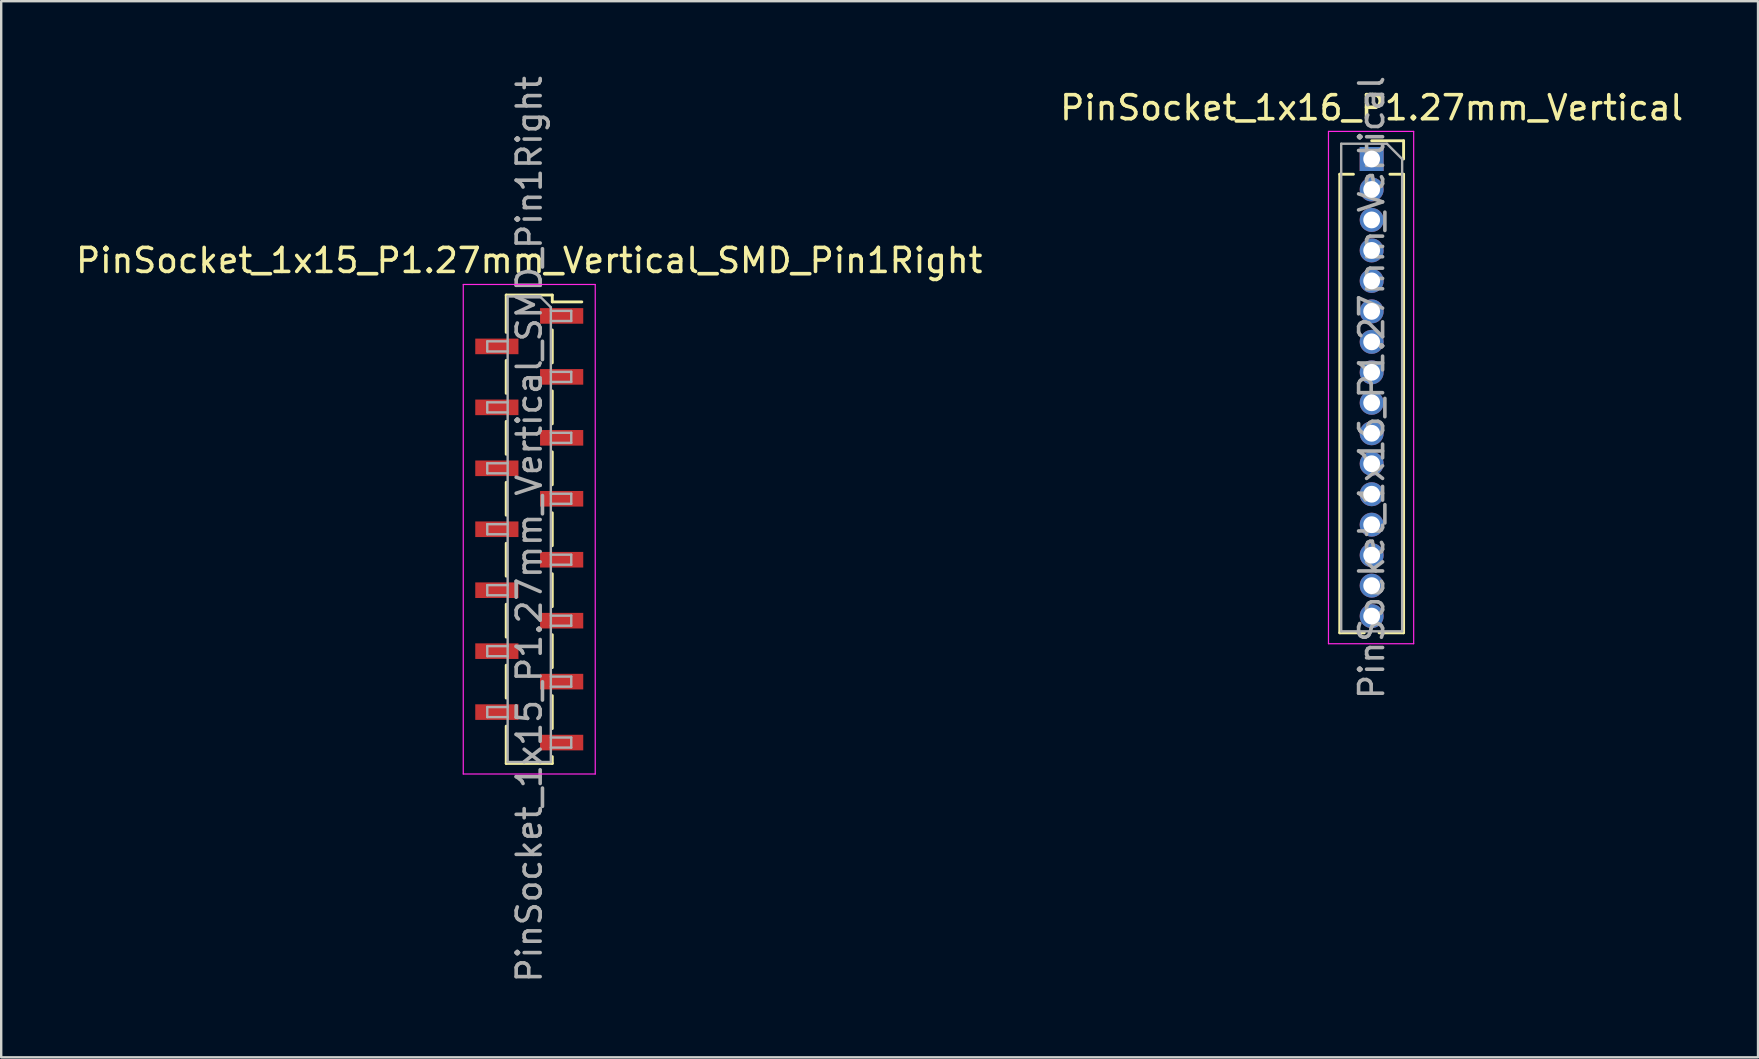
<source format=kicad_pcb>
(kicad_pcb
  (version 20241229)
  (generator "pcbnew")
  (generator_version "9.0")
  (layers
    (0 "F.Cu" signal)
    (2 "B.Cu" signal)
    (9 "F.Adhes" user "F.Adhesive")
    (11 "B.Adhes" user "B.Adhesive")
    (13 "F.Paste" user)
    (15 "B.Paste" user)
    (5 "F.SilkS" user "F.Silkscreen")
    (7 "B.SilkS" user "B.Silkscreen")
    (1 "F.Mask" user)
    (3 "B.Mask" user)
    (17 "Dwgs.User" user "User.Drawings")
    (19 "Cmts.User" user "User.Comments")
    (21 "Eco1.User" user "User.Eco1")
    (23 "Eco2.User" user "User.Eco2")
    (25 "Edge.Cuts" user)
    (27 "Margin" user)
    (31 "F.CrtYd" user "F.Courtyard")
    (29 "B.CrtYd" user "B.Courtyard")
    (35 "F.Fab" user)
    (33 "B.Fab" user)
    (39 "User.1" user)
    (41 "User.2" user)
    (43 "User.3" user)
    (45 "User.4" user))
  (footprint "PinSocket_1x15_P1.27mm_Vertical_SMD_Pin1Right"
    (layer "F.Cu")
    (at 19.006 19.006)
    (property "Reference" "PinSocket_1x15_P1.27mm_Vertical_SMD_Pin1Right" (at 0 -11.2 0) (layer "F.SilkS") (effects (font (size 1 1) (thickness 0.15))))
    (attr smd)
    (fp_line (start -0.96 -9.76) (end -0.96 -8.205) (stroke (width 0.12) (type solid)) (layer "F.SilkS"))
    (fp_line (start -0.96 -9.76) (end 0.96 -9.76) (stroke (width 0.12) (type solid)) (layer "F.SilkS"))
    (fp_line (start -0.96 -7.035) (end -0.96 -5.665) (stroke (width 0.12) (type solid)) (layer "F.SilkS"))
    (fp_line (start -0.96 -4.495) (end -0.96 -3.125) (stroke (width 0.12) (type solid)) (layer "F.SilkS"))
    (fp_line (start -0.96 -1.955) (end -0.96 -0.585) (stroke (width 0.12) (type solid)) (layer "F.SilkS"))
    (fp_line (start -0.96 0.585) (end -0.96 1.955) (stroke (width 0.12) (type solid)) (layer "F.SilkS"))
    (fp_line (start -0.96 3.125) (end -0.96 4.495) (stroke (width 0.12) (type solid)) (layer "F.SilkS"))
    (fp_line (start -0.96 5.665) (end -0.96 7.035) (stroke (width 0.12) (type solid)) (layer "F.SilkS"))
    (fp_line (start -0.96 8.205) (end -0.96 9.76) (stroke (width 0.12) (type solid)) (layer "F.SilkS"))
    (fp_line (start -0.96 9.76) (end 0.96 9.76) (stroke (width 0.12) (type solid)) (layer "F.SilkS"))
    (fp_line (start 0.96 -9.76) (end 0.96 -9.475) (stroke (width 0.12) (type solid)) (layer "F.SilkS"))
    (fp_line (start 0.96 -9.475) (end 2.19 -9.475) (stroke (width 0.12) (type solid)) (layer "F.SilkS"))
    (fp_line (start 0.96 -8.305) (end 0.96 -6.935) (stroke (width 0.12) (type solid)) (layer "F.SilkS"))
    (fp_line (start 0.96 -5.765) (end 0.96 -4.395) (stroke (width 0.12) (type solid)) (layer "F.SilkS"))
    (fp_line (start 0.96 -3.225) (end 0.96 -1.855) (stroke (width 0.12) (type solid)) (layer "F.SilkS"))
    (fp_line (start 0.96 -0.685) (end 0.96 0.685) (stroke (width 0.12) (type solid)) (layer "F.SilkS"))
    (fp_line (start 0.96 1.855) (end 0.96 3.225) (stroke (width 0.12) (type solid)) (layer "F.SilkS"))
    (fp_line (start 0.96 4.395) (end 0.96 5.765) (stroke (width 0.12) (type solid)) (layer "F.SilkS"))
    (fp_line (start 0.96 6.935) (end 0.96 8.305) (stroke (width 0.12) (type solid)) (layer "F.SilkS"))
    (fp_line (start 0.96 9.475) (end 0.96 9.76) (stroke (width 0.12) (type solid)) (layer "F.SilkS"))
    (fp_line (start -2.75 -10.2) (end 2.75 -10.2) (stroke (width 0.05) (type solid)) (layer "F.CrtYd"))
    (fp_line (start -2.75 10.2) (end -2.75 -10.2) (stroke (width 0.05) (type solid)) (layer "F.CrtYd"))
    (fp_line (start 2.75 -10.2) (end 2.75 10.2) (stroke (width 0.05) (type solid)) (layer "F.CrtYd"))
    (fp_line (start 2.75 10.2) (end -2.75 10.2) (stroke (width 0.05) (type solid)) (layer "F.CrtYd"))
    (fp_line (start -1.75 -7.83) (end -0.9 -7.83) (stroke (width 0.1) (type solid)) (layer "F.Fab"))
    (fp_line (start -1.75 -7.41) (end -1.75 -7.83) (stroke (width 0.1) (type solid)) (layer "F.Fab"))
    (fp_line (start -1.75 -5.29) (end -0.9 -5.29) (stroke (width 0.1) (type solid)) (layer "F.Fab"))
    (fp_line (start -1.75 -4.87) (end -1.75 -5.29) (stroke (width 0.1) (type solid)) (layer "F.Fab"))
    (fp_line (start -1.75 -2.75) (end -0.9 -2.75) (stroke (width 0.1) (type solid)) (layer "F.Fab"))
    (fp_line (start -1.75 -2.33) (end -1.75 -2.75) (stroke (width 0.1) (type solid)) (layer "F.Fab"))
    (fp_line (start -1.75 -0.21) (end -0.9 -0.21) (stroke (width 0.1) (type solid)) (layer "F.Fab"))
    (fp_line (start -1.75 0.21) (end -1.75 -0.21) (stroke (width 0.1) (type solid)) (layer "F.Fab"))
    (fp_line (start -1.75 2.33) (end -0.9 2.33) (stroke (width 0.1) (type solid)) (layer "F.Fab"))
    (fp_line (start -1.75 2.75) (end -1.75 2.33) (stroke (width 0.1) (type solid)) (layer "F.Fab"))
    (fp_line (start -1.75 4.87) (end -0.9 4.87) (stroke (width 0.1) (type solid)) (layer "F.Fab"))
    (fp_line (start -1.75 5.29) (end -1.75 4.87) (stroke (width 0.1) (type solid)) (layer "F.Fab"))
    (fp_line (start -1.75 7.41) (end -0.9 7.41) (stroke (width 0.1) (type solid)) (layer "F.Fab"))
    (fp_line (start -1.75 7.83) (end -1.75 7.41) (stroke (width 0.1) (type solid)) (layer "F.Fab"))
    (fp_line (start -0.9 -9.7) (end 0.45 -9.7) (stroke (width 0.1) (type solid)) (layer "F.Fab"))
    (fp_line (start -0.9 -7.41) (end -1.75 -7.41) (stroke (width 0.1) (type solid)) (layer "F.Fab"))
    (fp_line (start -0.9 -4.87) (end -1.75 -4.87) (stroke (width 0.1) (type solid)) (layer "F.Fab"))
    (fp_line (start -0.9 -2.33) (end -1.75 -2.33) (stroke (width 0.1) (type solid)) (layer "F.Fab"))
    (fp_line (start -0.9 0.21) (end -1.75 0.21) (stroke (width 0.1) (type solid)) (layer "F.Fab"))
    (fp_line (start -0.9 2.75) (end -1.75 2.75) (stroke (width 0.1) (type solid)) (layer "F.Fab"))
    (fp_line (start -0.9 5.29) (end -1.75 5.29) (stroke (width 0.1) (type solid)) (layer "F.Fab"))
    (fp_line (start -0.9 7.83) (end -1.75 7.83) (stroke (width 0.1) (type solid)) (layer "F.Fab"))
    (fp_line (start -0.9 9.7) (end -0.9 -9.7) (stroke (width 0.1) (type solid)) (layer "F.Fab"))
    (fp_line (start 0.45 -9.7) (end 0.9 -9.25) (stroke (width 0.1) (type solid)) (layer "F.Fab"))
    (fp_line (start 0.9 -9.25) (end 0.9 9.7) (stroke (width 0.1) (type solid)) (layer "F.Fab"))
    (fp_line (start 0.9 -9.1) (end 1.75 -9.1) (stroke (width 0.1) (type solid)) (layer "F.Fab"))
    (fp_line (start 0.9 -6.56) (end 1.75 -6.56) (stroke (width 0.1) (type solid)) (layer "F.Fab"))
    (fp_line (start 0.9 -4.02) (end 1.75 -4.02) (stroke (width 0.1) (type solid)) (layer "F.Fab"))
    (fp_line (start 0.9 -1.48) (end 1.75 -1.48) (stroke (width 0.1) (type solid)) (layer "F.Fab"))
    (fp_line (start 0.9 1.06) (end 1.75 1.06) (stroke (width 0.1) (type solid)) (layer "F.Fab"))
    (fp_line (start 0.9 3.6) (end 1.75 3.6) (stroke (width 0.1) (type solid)) (layer "F.Fab"))
    (fp_line (start 0.9 6.14) (end 1.75 6.14) (stroke (width 0.1) (type solid)) (layer "F.Fab"))
    (fp_line (start 0.9 8.68) (end 1.75 8.68) (stroke (width 0.1) (type solid)) (layer "F.Fab"))
    (fp_line (start 0.9 9.7) (end -0.9 9.7) (stroke (width 0.1) (type solid)) (layer "F.Fab"))
    (fp_line (start 1.75 -9.1) (end 1.75 -8.68) (stroke (width 0.1) (type solid)) (layer "F.Fab"))
    (fp_line (start 1.75 -8.68) (end 0.9 -8.68) (stroke (width 0.1) (type solid)) (layer "F.Fab"))
    (fp_line (start 1.75 -6.56) (end 1.75 -6.14) (stroke (width 0.1) (type solid)) (layer "F.Fab"))
    (fp_line (start 1.75 -6.14) (end 0.9 -6.14) (stroke (width 0.1) (type solid)) (layer "F.Fab"))
    (fp_line (start 1.75 -4.02) (end 1.75 -3.6) (stroke (width 0.1) (type solid)) (layer "F.Fab"))
    (fp_line (start 1.75 -3.6) (end 0.9 -3.6) (stroke (width 0.1) (type solid)) (layer "F.Fab"))
    (fp_line (start 1.75 -1.48) (end 1.75 -1.06) (stroke (width 0.1) (type solid)) (layer "F.Fab"))
    (fp_line (start 1.75 -1.06) (end 0.9 -1.06) (stroke (width 0.1) (type solid)) (layer "F.Fab"))
    (fp_line (start 1.75 1.06) (end 1.75 1.48) (stroke (width 0.1) (type solid)) (layer "F.Fab"))
    (fp_line (start 1.75 1.48) (end 0.9 1.48) (stroke (width 0.1) (type solid)) (layer "F.Fab"))
    (fp_line (start 1.75 3.6) (end 1.75 4.02) (stroke (width 0.1) (type solid)) (layer "F.Fab"))
    (fp_line (start 1.75 4.02) (end 0.9 4.02) (stroke (width 0.1) (type solid)) (layer "F.Fab"))
    (fp_line (start 1.75 6.14) (end 1.75 6.56) (stroke (width 0.1) (type solid)) (layer "F.Fab"))
    (fp_line (start 1.75 6.56) (end 0.9 6.56) (stroke (width 0.1) (type solid)) (layer "F.Fab"))
    (fp_line (start 1.75 8.68) (end 1.75 9.1) (stroke (width 0.1) (type solid)) (layer "F.Fab"))
    (fp_line (start 1.75 9.1) (end 0.9 9.1) (stroke (width 0.1) (type solid)) (layer "F.Fab"))
    (fp_text user "${REFERENCE}" (at 0 0 90) (layer "F.Fab") (effects (font (size 1 1) (thickness 0.15))))
    (pad "1" smd rect (at 1.35 -8.89) (size 1.8 0.65) (layers "F.Cu" "F.Mask" "F.Paste"))
    (pad "2" smd rect (at -1.35 -7.62) (size 1.8 0.65) (layers "F.Cu" "F.Mask" "F.Paste"))
    (pad "3" smd rect (at 1.35 -6.35) (size 1.8 0.65) (layers "F.Cu" "F.Mask" "F.Paste"))
    (pad "4" smd rect (at -1.35 -5.08) (size 1.8 0.65) (layers "F.Cu" "F.Mask" "F.Paste"))
    (pad "5" smd rect (at 1.35 -3.81) (size 1.8 0.65) (layers "F.Cu" "F.Mask" "F.Paste"))
    (pad "6" smd rect (at -1.35 -2.54) (size 1.8 0.65) (layers "F.Cu" "F.Mask" "F.Paste"))
    (pad "7" smd rect (at 1.35 -1.27) (size 1.8 0.65) (layers "F.Cu" "F.Mask" "F.Paste"))
    (pad "8" smd rect (at -1.35 0) (size 1.8 0.65) (layers "F.Cu" "F.Mask" "F.Paste"))
    (pad "9" smd rect (at 1.35 1.27) (size 1.8 0.65) (layers "F.Cu" "F.Mask" "F.Paste"))
    (pad "10" smd rect (at -1.35 2.54) (size 1.8 0.65) (layers "F.Cu" "F.Mask" "F.Paste"))
    (pad "11" smd rect (at 1.35 3.81) (size 1.8 0.65) (layers "F.Cu" "F.Mask" "F.Paste"))
    (pad "12" smd rect (at -1.35 5.08) (size 1.8 0.65) (layers "F.Cu" "F.Mask" "F.Paste"))
    (pad "13" smd rect (at 1.35 6.35) (size 1.8 0.65) (layers "F.Cu" "F.Mask" "F.Paste"))
    (pad "14" smd rect (at -1.35 7.62) (size 1.8 0.65) (layers "F.Cu" "F.Mask" "F.Paste"))
    (pad "15" smd rect (at 1.35 8.89) (size 1.8 0.65) (layers "F.Cu" "F.Mask" "F.Paste")))
  (footprint "PinSocket_1x16_P1.27mm_Vertical"
    (layer "F.Cu")
    (at 54.113 3.576)
    (property "Reference" "PinSocket_1x16_P1.27mm_Vertical" (at 0 -2.135 0) (layer "F.SilkS") (effects (font (size 1 1) (thickness 0.15))))
    (attr through_hole)
    (fp_line (start -1.33 0.635) (end -1.33 19.745) (stroke (width 0.12) (type solid)) (layer "F.SilkS"))
    (fp_line (start -1.33 0.635) (end -0.76 0.635) (stroke (width 0.12) (type solid)) (layer "F.SilkS"))
    (fp_line (start -1.33 19.745) (end -0.308 19.745) (stroke (width 0.12) (type solid)) (layer "F.SilkS"))
    (fp_line (start 0 -0.76) (end 1.33 -0.76) (stroke (width 0.12) (type solid)) (layer "F.SilkS"))
    (fp_line (start 0.308 19.745) (end 1.33 19.745) (stroke (width 0.12) (type solid)) (layer "F.SilkS"))
    (fp_line (start 0.76 0.635) (end 1.33 0.635) (stroke (width 0.12) (type solid)) (layer "F.SilkS"))
    (fp_line (start 1.33 -0.76) (end 1.33 0) (stroke (width 0.12) (type solid)) (layer "F.SilkS"))
    (fp_line (start 1.33 0.635) (end 1.33 19.745) (stroke (width 0.12) (type solid)) (layer "F.SilkS"))
    (fp_line (start -1.8 -1.15) (end 1.75 -1.15) (stroke (width 0.05) (type solid)) (layer "F.CrtYd"))
    (fp_line (start -1.8 20.2) (end -1.8 -1.15) (stroke (width 0.05) (type solid)) (layer "F.CrtYd"))
    (fp_line (start 1.75 -1.15) (end 1.75 20.2) (stroke (width 0.05) (type solid)) (layer "F.CrtYd"))
    (fp_line (start 1.75 20.2) (end -1.8 20.2) (stroke (width 0.05) (type solid)) (layer "F.CrtYd"))
    (fp_line (start -1.27 -0.635) (end 0.635 -0.635) (stroke (width 0.1) (type solid)) (layer "F.Fab"))
    (fp_line (start -1.27 19.685) (end -1.27 -0.635) (stroke (width 0.1) (type solid)) (layer "F.Fab"))
    (fp_line (start 0.635 -0.635) (end 1.27 0) (stroke (width 0.1) (type solid)) (layer "F.Fab"))
    (fp_line (start 1.27 0) (end 1.27 19.685) (stroke (width 0.1) (type solid)) (layer "F.Fab"))
    (fp_line (start 1.27 19.685) (end -1.27 19.685) (stroke (width 0.1) (type solid)) (layer "F.Fab"))
    (fp_text user "${REFERENCE}" (at 0 9.525 90) (layer "F.Fab") (effects (font (size 1 1) (thickness 0.15))))
    (pad "1" thru_hole rect (at 0 0) (size 1 1) (drill 0.7) (layers "*.Cu" "*.Mask"))
    (pad "2" thru_hole oval (at 0 1.27) (size 1 1) (drill 0.7) (layers "*.Cu" "*.Mask"))
    (pad "3" thru_hole oval (at 0 2.54) (size 1 1) (drill 0.7) (layers "*.Cu" "*.Mask"))
    (pad "4" thru_hole oval (at 0 3.81) (size 1 1) (drill 0.7) (layers "*.Cu" "*.Mask"))
    (pad "5" thru_hole oval (at 0 5.08) (size 1 1) (drill 0.7) (layers "*.Cu" "*.Mask"))
    (pad "6" thru_hole oval (at 0 6.35) (size 1 1) (drill 0.7) (layers "*.Cu" "*.Mask"))
    (pad "7" thru_hole oval (at 0 7.62) (size 1 1) (drill 0.7) (layers "*.Cu" "*.Mask"))
    (pad "8" thru_hole oval (at 0 8.89) (size 1 1) (drill 0.7) (layers "*.Cu" "*.Mask"))
    (pad "9" thru_hole oval (at 0 10.16) (size 1 1) (drill 0.7) (layers "*.Cu" "*.Mask"))
    (pad "10" thru_hole oval (at 0 11.43) (size 1 1) (drill 0.7) (layers "*.Cu" "*.Mask"))
    (pad "11" thru_hole oval (at 0 12.7) (size 1 1) (drill 0.7) (layers "*.Cu" "*.Mask"))
    (pad "12" thru_hole oval (at 0 13.97) (size 1 1) (drill 0.7) (layers "*.Cu" "*.Mask"))
    (pad "13" thru_hole oval (at 0 15.24) (size 1 1) (drill 0.7) (layers "*.Cu" "*.Mask"))
    (pad "14" thru_hole oval (at 0 16.51) (size 1 1) (drill 0.7) (layers "*.Cu" "*.Mask"))
    (pad "15" thru_hole oval (at 0 17.78) (size 1 1) (drill 0.7) (layers "*.Cu" "*.Mask"))
    (pad "16" thru_hole oval (at 0 19.05) (size 1 1) (drill 0.7) (layers "*.Cu" "*.Mask")))
  (gr_rect
    (start -3 -3)
    (end 70.214 41.012)
    (stroke (width 0.1) (type default))
    (fill no)
    (layer "Edge.Cuts")))
</source>
